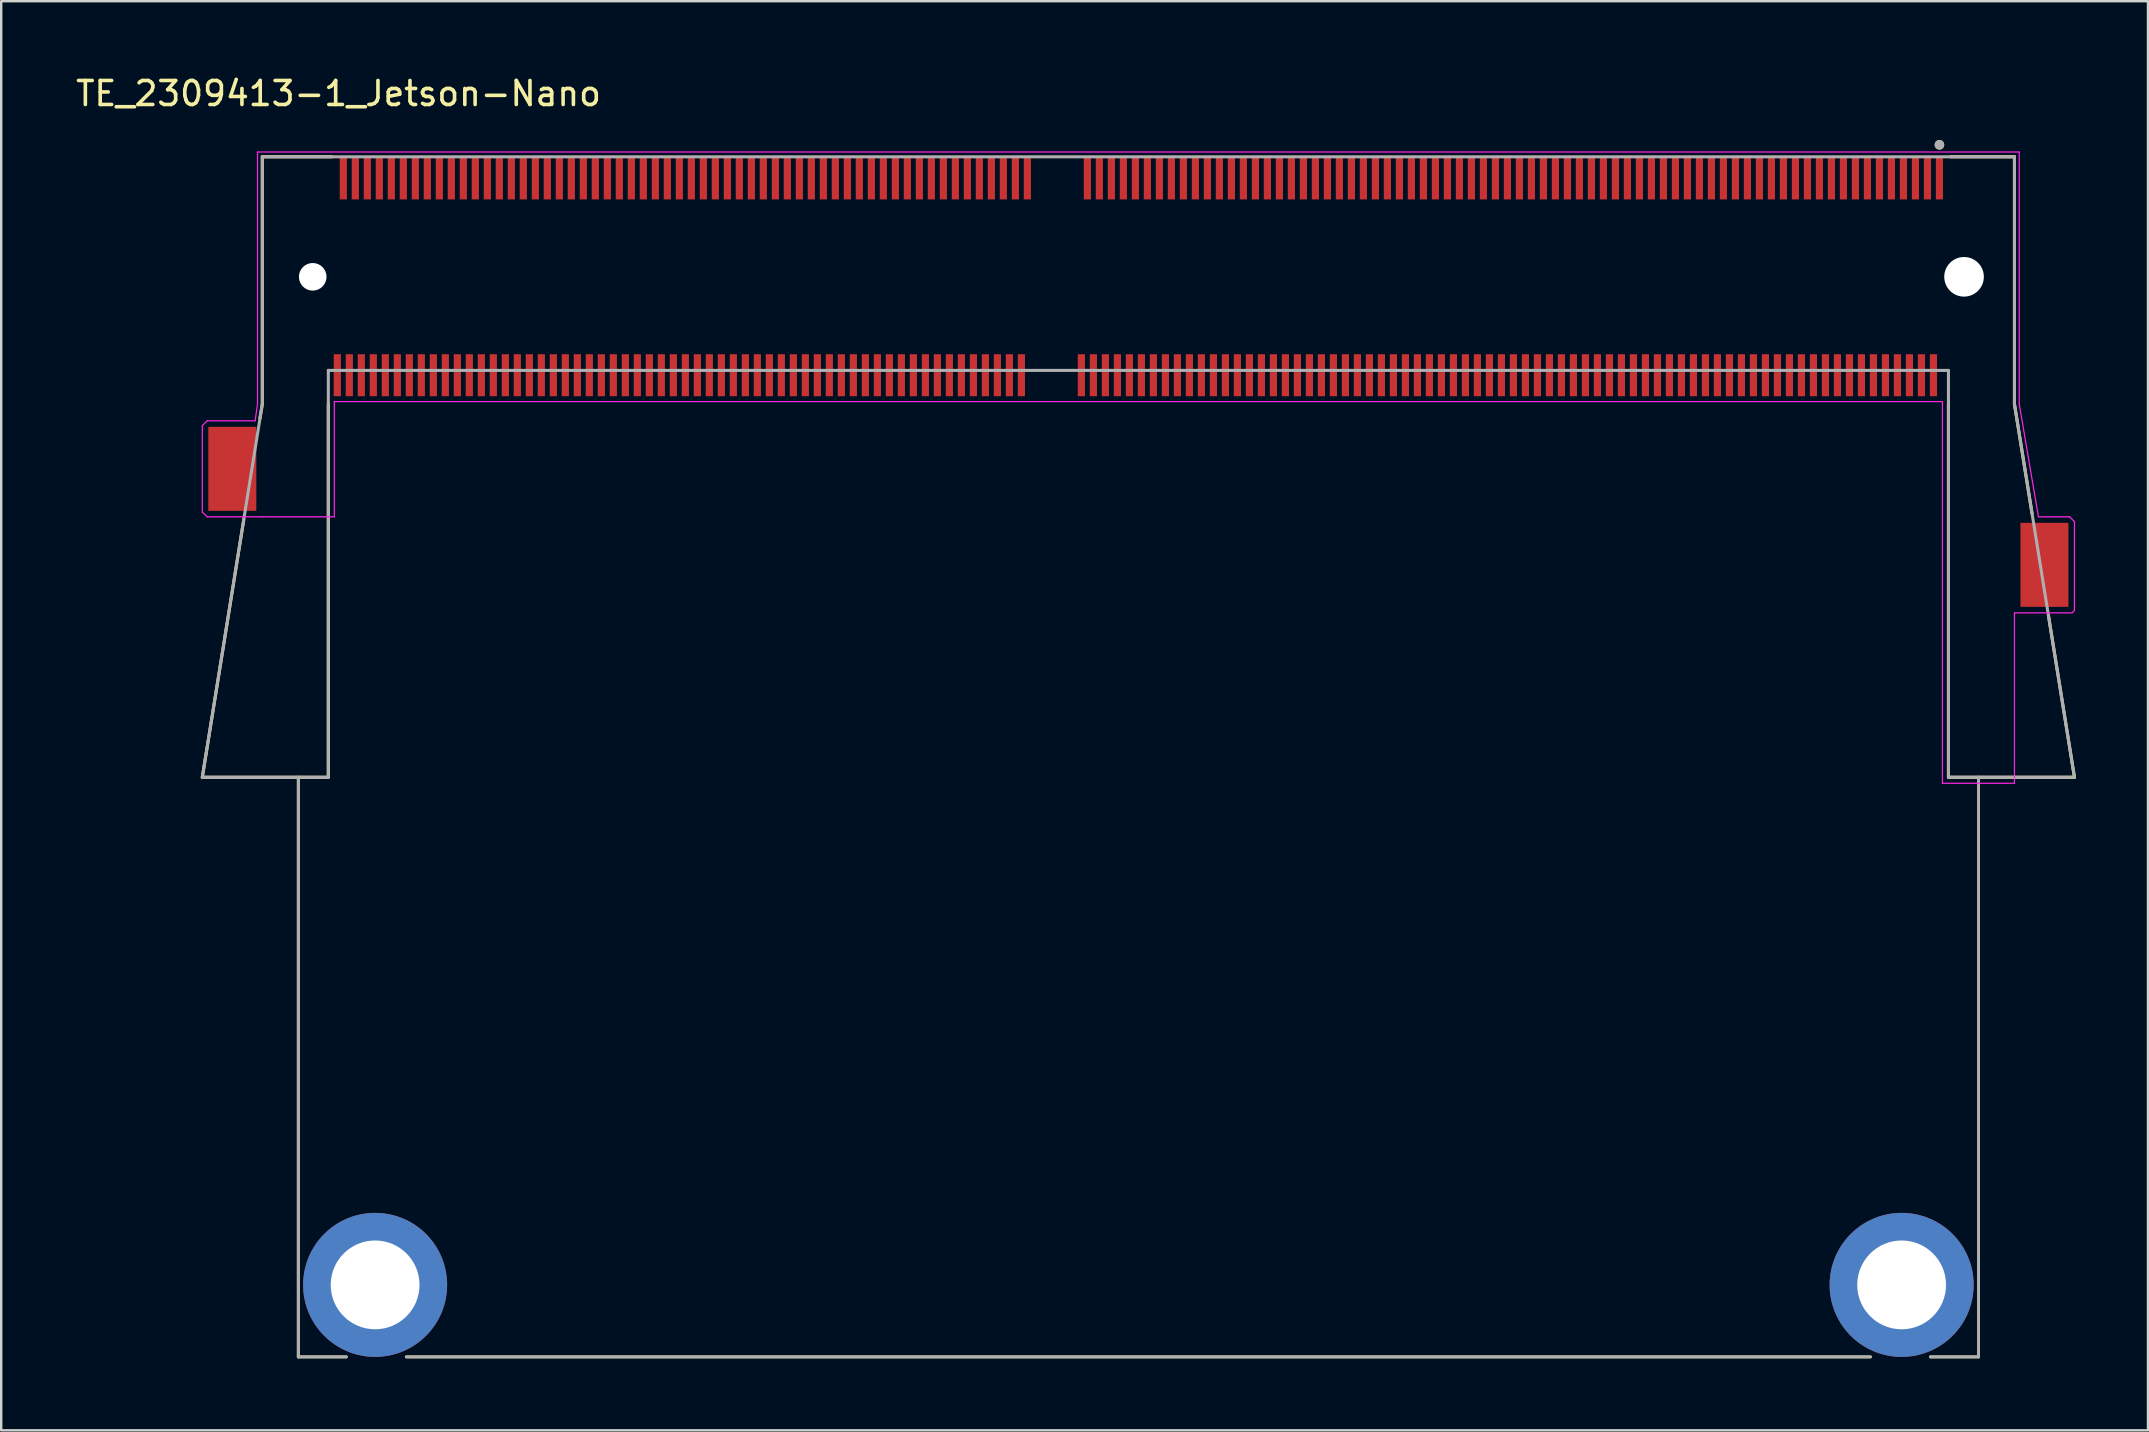
<source format=kicad_pcb>
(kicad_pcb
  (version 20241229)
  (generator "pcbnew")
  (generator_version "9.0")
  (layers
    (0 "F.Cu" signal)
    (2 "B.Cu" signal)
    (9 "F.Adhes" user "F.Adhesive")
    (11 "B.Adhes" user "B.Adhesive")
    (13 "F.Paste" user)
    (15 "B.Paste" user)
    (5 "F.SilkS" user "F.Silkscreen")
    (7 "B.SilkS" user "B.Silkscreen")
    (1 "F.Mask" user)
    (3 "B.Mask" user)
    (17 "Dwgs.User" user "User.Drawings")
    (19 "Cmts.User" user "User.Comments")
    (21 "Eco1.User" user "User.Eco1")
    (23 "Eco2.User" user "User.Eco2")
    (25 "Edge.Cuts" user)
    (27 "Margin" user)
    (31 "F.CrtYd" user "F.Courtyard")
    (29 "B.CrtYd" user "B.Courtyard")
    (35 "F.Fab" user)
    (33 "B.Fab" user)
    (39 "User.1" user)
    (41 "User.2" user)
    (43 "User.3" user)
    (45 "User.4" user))
  (footprint "TE_2309413-1_Jetson-Nano"
    (layer "F.Cu")
    (at 40.879 8.483)
    (property "Reference" "TE_2309413-1_Jetson-Nano" (at -29.825 -7.635 0) (layer "F.SilkS") (effects (font (size 1 1) (thickness 0.15))))
    (attr through_hole)
    (fp_line (start -35.5 20.85) (end -33.77 10.105) (stroke (width 0.127) (type solid)) (layer "F.SilkS"))
    (fp_line (start -35.5 20.85) (end -30.25 20.85) (stroke (width 0.127) (type solid)) (layer "F.SilkS"))
    (fp_line (start -33 -5) (end -33 5.3) (stroke (width 0.127) (type solid)) (layer "F.SilkS"))
    (fp_line (start -33 5.3) (end -33.1 5.9) (stroke (width 0.127) (type solid)) (layer "F.SilkS"))
    (fp_line (start -31.5 45) (end -31.5 20.85) (stroke (width 0.12) (type solid)) (layer "F.SilkS"))
    (fp_line (start -31.5 45) (end -29.5 45) (stroke (width 0.12) (type solid)) (layer "F.SilkS"))
    (fp_line (start -30.25 20.85) (end -30.25 5.3) (stroke (width 0.127) (type solid)) (layer "F.SilkS"))
    (fp_line (start -30.095 -5) (end -33 -5) (stroke (width 0.127) (type solid)) (layer "F.SilkS"))
    (fp_line (start -27 45) (end 34 45) (stroke (width 0.12) (type solid)) (layer "F.SilkS"))
    (fp_line (start 37.25 5.3) (end 37.25 20.85) (stroke (width 0.127) (type solid)) (layer "F.SilkS"))
    (fp_line (start 37.25 20.85) (end 42.5 20.85) (stroke (width 0.127) (type solid)) (layer "F.SilkS"))
    (fp_line (start 38.5 45) (end 36.5 45) (stroke (width 0.12) (type solid)) (layer "F.SilkS"))
    (fp_line (start 38.5 45) (end 38.5 20.85) (stroke (width 0.12) (type solid)) (layer "F.SilkS"))
    (fp_line (start 40 -5) (end 37.345 -5) (stroke (width 0.127) (type solid)) (layer "F.SilkS"))
    (fp_line (start 40 5.3) (end 40 -5) (stroke (width 0.127) (type solid)) (layer "F.SilkS"))
    (fp_line (start 40 5.3) (end 40.735 9.87) (stroke (width 0.127) (type solid)) (layer "F.SilkS"))
    (fp_line (start 42.5 20.85) (end 41.415 14.1) (stroke (width 0.127) (type solid)) (layer "F.SilkS"))
    (fp_circle (center 36.875 -5.5) (end 36.975 -5.5) (stroke (width 0.2) (type solid)) (fill no) (layer "F.SilkS"))
    (fp_line (start -35.5 9.8) (end -35.5 6.2) (stroke (width 0.05) (type solid)) (layer "F.CrtYd"))
    (fp_line (start -35.5 9.8) (end -35.3 10) (stroke (width 0.05) (type solid)) (layer "F.CrtYd"))
    (fp_line (start -35.3 6) (end -35.5 6.2) (stroke (width 0.05) (type solid)) (layer "F.CrtYd"))
    (fp_line (start -35.3 10) (end -33 10) (stroke (width 0.05) (type solid)) (layer "F.CrtYd"))
    (fp_line (start -33.3 6) (end -35.3 6) (stroke (width 0.05) (type solid)) (layer "F.CrtYd"))
    (fp_line (start -33.3 6) (end -33.2 5.3) (stroke (width 0.05) (type solid)) (layer "F.CrtYd"))
    (fp_line (start -33.2 -5.2) (end 40.2 -5.2) (stroke (width 0.05) (type solid)) (layer "F.CrtYd"))
    (fp_line (start -33.2 5.3) (end -33.2 -5.2) (stroke (width 0.05) (type solid)) (layer "F.CrtYd"))
    (fp_line (start -33 10) (end -30 10) (stroke (width 0.05) (type solid)) (layer "F.CrtYd"))
    (fp_line (start -30 5.2) (end -30 10) (stroke (width 0.05) (type solid)) (layer "F.CrtYd"))
    (fp_line (start 37 5.2) (end -30 5.2) (stroke (width 0.05) (type solid)) (layer "F.CrtYd"))
    (fp_line (start 37 21.1) (end 37 5.2) (stroke (width 0.05) (type solid)) (layer "F.CrtYd"))
    (fp_line (start 40 14) (end 40 21.1) (stroke (width 0.05) (type solid)) (layer "F.CrtYd"))
    (fp_line (start 40 21.1) (end 37 21.1) (stroke (width 0.05) (type solid)) (layer "F.CrtYd"))
    (fp_line (start 40.2 -5.2) (end 40.2 5.3) (stroke (width 0.05) (type solid)) (layer "F.CrtYd"))
    (fp_line (start 40.2 5.3) (end 41 10) (stroke (width 0.05) (type solid)) (layer "F.CrtYd"))
    (fp_line (start 42.3 10) (end 41 10) (stroke (width 0.05) (type solid)) (layer "F.CrtYd"))
    (fp_line (start 42.4 14) (end 40 14) (stroke (width 0.05) (type solid)) (layer "F.CrtYd"))
    (fp_line (start 42.5 10.2) (end 42.3 10) (stroke (width 0.05) (type solid)) (layer "F.CrtYd"))
    (fp_line (start 42.5 10.2) (end 42.5 13.9) (stroke (width 0.05) (type solid)) (layer "F.CrtYd"))
    (fp_line (start 42.5 13.9) (end 42.4 14) (stroke (width 0.05) (type solid)) (layer "F.CrtYd"))
    (fp_line (start -35.5 20.85) (end -30.25 20.85) (stroke (width 0.127) (type solid)) (layer "F.Fab"))
    (fp_line (start -33 -5) (end -33 5.3) (stroke (width 0.127) (type solid)) (layer "F.Fab"))
    (fp_line (start -33 5.3) (end -35.5 20.85) (stroke (width 0.127) (type solid)) (layer "F.Fab"))
    (fp_line (start -31.5 45) (end -31.5 20.85) (stroke (width 0.12) (type solid)) (layer "F.Fab"))
    (fp_line (start -31.5 45) (end -29.5 45) (stroke (width 0.12) (type solid)) (layer "F.Fab"))
    (fp_line (start -30.25 3.9) (end 37.25 3.9) (stroke (width 0.127) (type solid)) (layer "F.Fab"))
    (fp_line (start -30.25 20.85) (end -30.25 3.9) (stroke (width 0.127) (type solid)) (layer "F.Fab"))
    (fp_line (start -27 45) (end 34 45) (stroke (width 0.12) (type solid)) (layer "F.Fab"))
    (fp_line (start 37.25 3.9) (end 37.25 20.85) (stroke (width 0.127) (type solid)) (layer "F.Fab"))
    (fp_line (start 37.25 20.85) (end 42.5 20.85) (stroke (width 0.127) (type solid)) (layer "F.Fab"))
    (fp_line (start 38.5 45) (end 36.5 45) (stroke (width 0.12) (type solid)) (layer "F.Fab"))
    (fp_line (start 38.5 45) (end 38.5 20.85) (stroke (width 0.12) (type solid)) (layer "F.Fab"))
    (fp_line (start 40 -5) (end -33 -5) (stroke (width 0.127) (type solid)) (layer "F.Fab"))
    (fp_line (start 40 5.3) (end 40 -5) (stroke (width 0.127) (type solid)) (layer "F.Fab"))
    (fp_line (start 42.5 20.85) (end 40 5.3) (stroke (width 0.127) (type solid)) (layer "F.Fab"))
    (fp_circle (center 36.875 -5.5) (end 36.975 -5.5) (stroke (width 0.2) (type solid)) (fill no) (layer "F.Fab"))
    (pad "" np_thru_hole circle (at -30.9 0) (size 1.15 1.15) (drill 1.15) (layers "*.Cu" "*.Mask"))
    (pad "" np_thru_hole circle (at 37.9 0) (size 1.65 1.65) (drill 1.65) (layers "*.Cu" "*.Mask"))
    (pad "1" smd rect (at 36.875 -4.1 90) (size 1.75 0.3) (layers "F.Cu" "F.Mask" "F.Paste"))
    (pad "2" smd rect (at 36.625 4.1 90) (size 1.75 0.3) (layers "F.Cu" "F.Mask" "F.Paste"))
    (pad "3" smd rect (at 36.375 -4.1 90) (size 1.75 0.3) (layers "F.Cu" "F.Mask" "F.Paste"))
    (pad "4" smd rect (at 36.125 4.1 90) (size 1.75 0.3) (layers "F.Cu" "F.Mask" "F.Paste"))
    (pad "5" smd rect (at 35.875 -4.1 90) (size 1.75 0.3) (layers "F.Cu" "F.Mask" "F.Paste"))
    (pad "6" smd rect (at 35.625 4.1 90) (size 1.75 0.3) (layers "F.Cu" "F.Mask" "F.Paste"))
    (pad "7" smd rect (at 35.375 -4.1 90) (size 1.75 0.3) (layers "F.Cu" "F.Mask" "F.Paste"))
    (pad "8" smd rect (at 35.125 4.1 90) (size 1.75 0.3) (layers "F.Cu" "F.Mask" "F.Paste"))
    (pad "9" smd rect (at 34.875 -4.1 90) (size 1.75 0.3) (layers "F.Cu" "F.Mask" "F.Paste"))
    (pad "10" smd rect (at 34.625 4.1 90) (size 1.75 0.3) (layers "F.Cu" "F.Mask" "F.Paste"))
    (pad "11" smd rect (at 34.375 -4.1 90) (size 1.75 0.3) (layers "F.Cu" "F.Mask" "F.Paste"))
    (pad "12" smd rect (at 34.125 4.1 90) (size 1.75 0.3) (layers "F.Cu" "F.Mask" "F.Paste"))
    (pad "13" smd rect (at 33.875 -4.1 90) (size 1.75 0.3) (layers "F.Cu" "F.Mask" "F.Paste"))
    (pad "14" smd rect (at 33.625 4.1 90) (size 1.75 0.3) (layers "F.Cu" "F.Mask" "F.Paste"))
    (pad "15" smd rect (at 33.375 -4.1 90) (size 1.75 0.3) (layers "F.Cu" "F.Mask" "F.Paste"))
    (pad "16" smd rect (at 33.125 4.1 90) (size 1.75 0.3) (layers "F.Cu" "F.Mask" "F.Paste"))
    (pad "17" smd rect (at 32.875 -4.1 90) (size 1.75 0.3) (layers "F.Cu" "F.Mask" "F.Paste"))
    (pad "18" smd rect (at 32.625 4.1 90) (size 1.75 0.3) (layers "F.Cu" "F.Mask" "F.Paste"))
    (pad "19" smd rect (at 32.375 -4.1 90) (size 1.75 0.3) (layers "F.Cu" "F.Mask" "F.Paste"))
    (pad "20" smd rect (at 32.125 4.1 90) (size 1.75 0.3) (layers "F.Cu" "F.Mask" "F.Paste"))
    (pad "21" smd rect (at 31.875 -4.1 90) (size 1.75 0.3) (layers "F.Cu" "F.Mask" "F.Paste"))
    (pad "22" smd rect (at 31.625 4.1 90) (size 1.75 0.3) (layers "F.Cu" "F.Mask" "F.Paste"))
    (pad "23" smd rect (at 31.375 -4.1 90) (size 1.75 0.3) (layers "F.Cu" "F.Mask" "F.Paste"))
    (pad "24" smd rect (at 31.125 4.1 90) (size 1.75 0.3) (layers "F.Cu" "F.Mask" "F.Paste"))
    (pad "25" smd rect (at 30.875 -4.1 90) (size 1.75 0.3) (layers "F.Cu" "F.Mask" "F.Paste"))
    (pad "26" smd rect (at 30.625 4.1 90) (size 1.75 0.3) (layers "F.Cu" "F.Mask" "F.Paste"))
    (pad "27" smd rect (at 30.375 -4.1 90) (size 1.75 0.3) (layers "F.Cu" "F.Mask" "F.Paste"))
    (pad "28" smd rect (at 30.125 4.1 90) (size 1.75 0.3) (layers "F.Cu" "F.Mask" "F.Paste"))
    (pad "29" smd rect (at 29.875 -4.1 90) (size 1.75 0.3) (layers "F.Cu" "F.Mask" "F.Paste"))
    (pad "30" smd rect (at 29.625 4.1 90) (size 1.75 0.3) (layers "F.Cu" "F.Mask" "F.Paste"))
    (pad "31" smd rect (at 29.375 -4.1 90) (size 1.75 0.3) (layers "F.Cu" "F.Mask" "F.Paste"))
    (pad "32" smd rect (at 29.125 4.1 90) (size 1.75 0.3) (layers "F.Cu" "F.Mask" "F.Paste"))
    (pad "33" smd rect (at 28.875 -4.1 90) (size 1.75 0.3) (layers "F.Cu" "F.Mask" "F.Paste"))
    (pad "34" smd rect (at 28.625 4.1 90) (size 1.75 0.3) (layers "F.Cu" "F.Mask" "F.Paste"))
    (pad "35" smd rect (at 28.375 -4.1 90) (size 1.75 0.3) (layers "F.Cu" "F.Mask" "F.Paste"))
    (pad "36" smd rect (at 28.125 4.1 90) (size 1.75 0.3) (layers "F.Cu" "F.Mask" "F.Paste"))
    (pad "37" smd rect (at 27.875 -4.1 90) (size 1.75 0.3) (layers "F.Cu" "F.Mask" "F.Paste"))
    (pad "38" smd rect (at 27.625 4.1 90) (size 1.75 0.3) (layers "F.Cu" "F.Mask" "F.Paste"))
    (pad "39" smd rect (at 27.375 -4.1 90) (size 1.75 0.3) (layers "F.Cu" "F.Mask" "F.Paste"))
    (pad "40" smd rect (at 27.125 4.1 90) (size 1.75 0.3) (layers "F.Cu" "F.Mask" "F.Paste"))
    (pad "41" smd rect (at 26.875 -4.1 90) (size 1.75 0.3) (layers "F.Cu" "F.Mask" "F.Paste"))
    (pad "42" smd rect (at 26.625 4.1 90) (size 1.75 0.3) (layers "F.Cu" "F.Mask" "F.Paste"))
    (pad "43" smd rect (at 26.375 -4.1 90) (size 1.75 0.3) (layers "F.Cu" "F.Mask" "F.Paste"))
    (pad "44" smd rect (at 26.125 4.1 90) (size 1.75 0.3) (layers "F.Cu" "F.Mask" "F.Paste"))
    (pad "45" smd rect (at 25.875 -4.1 90) (size 1.75 0.3) (layers "F.Cu" "F.Mask" "F.Paste"))
    (pad "46" smd rect (at 25.625 4.1 90) (size 1.75 0.3) (layers "F.Cu" "F.Mask" "F.Paste"))
    (pad "47" smd rect (at 25.375 -4.1 90) (size 1.75 0.3) (layers "F.Cu" "F.Mask" "F.Paste"))
    (pad "48" smd rect (at 25.125 4.1 90) (size 1.75 0.3) (layers "F.Cu" "F.Mask" "F.Paste"))
    (pad "49" smd rect (at 24.875 -4.1 90) (size 1.75 0.3) (layers "F.Cu" "F.Mask" "F.Paste"))
    (pad "50" smd rect (at 24.625 4.1 90) (size 1.75 0.3) (layers "F.Cu" "F.Mask" "F.Paste"))
    (pad "51" smd rect (at 24.375 -4.1 90) (size 1.75 0.3) (layers "F.Cu" "F.Mask" "F.Paste"))
    (pad "52" smd rect (at 24.125 4.1 90) (size 1.75 0.3) (layers "F.Cu" "F.Mask" "F.Paste"))
    (pad "53" smd rect (at 23.875 -4.1 90) (size 1.75 0.3) (layers "F.Cu" "F.Mask" "F.Paste"))
    (pad "54" smd rect (at 23.625 4.1 90) (size 1.75 0.3) (layers "F.Cu" "F.Mask" "F.Paste"))
    (pad "55" smd rect (at 23.375 -4.1 90) (size 1.75 0.3) (layers "F.Cu" "F.Mask" "F.Paste"))
    (pad "56" smd rect (at 23.125 4.1 90) (size 1.75 0.3) (layers "F.Cu" "F.Mask" "F.Paste"))
    (pad "57" smd rect (at 22.875 -4.1 90) (size 1.75 0.3) (layers "F.Cu" "F.Mask" "F.Paste"))
    (pad "58" smd rect (at 22.625 4.1 90) (size 1.75 0.3) (layers "F.Cu" "F.Mask" "F.Paste"))
    (pad "59" smd rect (at 22.375 -4.1 90) (size 1.75 0.3) (layers "F.Cu" "F.Mask" "F.Paste"))
    (pad "60" smd rect (at 22.125 4.1 90) (size 1.75 0.3) (layers "F.Cu" "F.Mask" "F.Paste"))
    (pad "61" smd rect (at 21.875 -4.1 90) (size 1.75 0.3) (layers "F.Cu" "F.Mask" "F.Paste"))
    (pad "62" smd rect (at 21.625 4.1 90) (size 1.75 0.3) (layers "F.Cu" "F.Mask" "F.Paste"))
    (pad "63" smd rect (at 21.375 -4.1 90) (size 1.75 0.3) (layers "F.Cu" "F.Mask" "F.Paste"))
    (pad "64" smd rect (at 21.125 4.1 90) (size 1.75 0.3) (layers "F.Cu" "F.Mask" "F.Paste"))
    (pad "65" smd rect (at 20.875 -4.1 90) (size 1.75 0.3) (layers "F.Cu" "F.Mask" "F.Paste"))
    (pad "66" smd rect (at 20.625 4.1 90) (size 1.75 0.3) (layers "F.Cu" "F.Mask" "F.Paste"))
    (pad "67" smd rect (at 20.375 -4.1 90) (size 1.75 0.3) (layers "F.Cu" "F.Mask" "F.Paste"))
    (pad "68" smd rect (at 20.125 4.1 90) (size 1.75 0.3) (layers "F.Cu" "F.Mask" "F.Paste"))
    (pad "69" smd rect (at 19.875 -4.1 90) (size 1.75 0.3) (layers "F.Cu" "F.Mask" "F.Paste"))
    (pad "70" smd rect (at 19.625 4.1 90) (size 1.75 0.3) (layers "F.Cu" "F.Mask" "F.Paste"))
    (pad "71" smd rect (at 19.375 -4.1 90) (size 1.75 0.3) (layers "F.Cu" "F.Mask" "F.Paste"))
    (pad "72" smd rect (at 19.125 4.1 90) (size 1.75 0.3) (layers "F.Cu" "F.Mask" "F.Paste"))
    (pad "73" smd rect (at 18.875 -4.1 90) (size 1.75 0.3) (layers "F.Cu" "F.Mask" "F.Paste"))
    (pad "74" smd rect (at 18.625 4.1 90) (size 1.75 0.3) (layers "F.Cu" "F.Mask" "F.Paste"))
    (pad "75" smd rect (at 18.375 -4.1 90) (size 1.75 0.3) (layers "F.Cu" "F.Mask" "F.Paste"))
    (pad "76" smd rect (at 18.125 4.1 90) (size 1.75 0.3) (layers "F.Cu" "F.Mask" "F.Paste"))
    (pad "77" smd rect (at 17.875 -4.1 90) (size 1.75 0.3) (layers "F.Cu" "F.Mask" "F.Paste"))
    (pad "78" smd rect (at 17.625 4.1 90) (size 1.75 0.3) (layers "F.Cu" "F.Mask" "F.Paste"))
    (pad "79" smd rect (at 17.375 -4.1 90) (size 1.75 0.3) (layers "F.Cu" "F.Mask" "F.Paste"))
    (pad "80" smd rect (at 17.125 4.1 90) (size 1.75 0.3) (layers "F.Cu" "F.Mask" "F.Paste"))
    (pad "81" smd rect (at 16.875 -4.1 90) (size 1.75 0.3) (layers "F.Cu" "F.Mask" "F.Paste"))
    (pad "82" smd rect (at 16.625 4.1 90) (size 1.75 0.3) (layers "F.Cu" "F.Mask" "F.Paste"))
    (pad "83" smd rect (at 16.375 -4.1 90) (size 1.75 0.3) (layers "F.Cu" "F.Mask" "F.Paste"))
    (pad "84" smd rect (at 16.125 4.1 90) (size 1.75 0.3) (layers "F.Cu" "F.Mask" "F.Paste"))
    (pad "85" smd rect (at 15.875 -4.1 90) (size 1.75 0.3) (layers "F.Cu" "F.Mask" "F.Paste"))
    (pad "86" smd rect (at 15.625 4.1 90) (size 1.75 0.3) (layers "F.Cu" "F.Mask" "F.Paste"))
    (pad "87" smd rect (at 15.375 -4.1 90) (size 1.75 0.3) (layers "F.Cu" "F.Mask" "F.Paste"))
    (pad "88" smd rect (at 15.125 4.1 90) (size 1.75 0.3) (layers "F.Cu" "F.Mask" "F.Paste"))
    (pad "89" smd rect (at 14.875 -4.1 90) (size 1.75 0.3) (layers "F.Cu" "F.Mask" "F.Paste"))
    (pad "90" smd rect (at 14.625 4.1 90) (size 1.75 0.3) (layers "F.Cu" "F.Mask" "F.Paste"))
    (pad "91" smd rect (at 14.375 -4.1 90) (size 1.75 0.3) (layers "F.Cu" "F.Mask" "F.Paste"))
    (pad "92" smd rect (at 14.125 4.1 90) (size 1.75 0.3) (layers "F.Cu" "F.Mask" "F.Paste"))
    (pad "93" smd rect (at 13.875 -4.1 90) (size 1.75 0.3) (layers "F.Cu" "F.Mask" "F.Paste"))
    (pad "94" smd rect (at 13.625 4.1 90) (size 1.75 0.3) (layers "F.Cu" "F.Mask" "F.Paste"))
    (pad "95" smd rect (at 13.375 -4.1 90) (size 1.75 0.3) (layers "F.Cu" "F.Mask" "F.Paste"))
    (pad "96" smd rect (at 13.125 4.1 90) (size 1.75 0.3) (layers "F.Cu" "F.Mask" "F.Paste"))
    (pad "97" smd rect (at 12.875 -4.1 90) (size 1.75 0.3) (layers "F.Cu" "F.Mask" "F.Paste"))
    (pad "98" smd rect (at 12.625 4.1 90) (size 1.75 0.3) (layers "F.Cu" "F.Mask" "F.Paste"))
    (pad "99" smd rect (at 12.375 -4.1 90) (size 1.75 0.3) (layers "F.Cu" "F.Mask" "F.Paste"))
    (pad "100" smd rect (at 12.125 4.1 90) (size 1.75 0.3) (layers "F.Cu" "F.Mask" "F.Paste"))
    (pad "101" smd rect (at 11.875 -4.1 90) (size 1.75 0.3) (layers "F.Cu" "F.Mask" "F.Paste"))
    (pad "102" smd rect (at 11.625 4.1 90) (size 1.75 0.3) (layers "F.Cu" "F.Mask" "F.Paste"))
    (pad "103" smd rect (at 11.375 -4.1 90) (size 1.75 0.3) (layers "F.Cu" "F.Mask" "F.Paste"))
    (pad "104" smd rect (at 11.125 4.1 90) (size 1.75 0.3) (layers "F.Cu" "F.Mask" "F.Paste"))
    (pad "105" smd rect (at 10.875 -4.1 90) (size 1.75 0.3) (layers "F.Cu" "F.Mask" "F.Paste"))
    (pad "106" smd rect (at 10.625 4.1 90) (size 1.75 0.3) (layers "F.Cu" "F.Mask" "F.Paste"))
    (pad "107" smd rect (at 10.375 -4.1 90) (size 1.75 0.3) (layers "F.Cu" "F.Mask" "F.Paste"))
    (pad "108" smd rect (at 10.125 4.1 90) (size 1.75 0.3) (layers "F.Cu" "F.Mask" "F.Paste"))
    (pad "109" smd rect (at 9.875 -4.1 90) (size 1.75 0.3) (layers "F.Cu" "F.Mask" "F.Paste"))
    (pad "110" smd rect (at 9.625 4.1 90) (size 1.75 0.3) (layers "F.Cu" "F.Mask" "F.Paste"))
    (pad "111" smd rect (at 9.375 -4.1 90) (size 1.75 0.3) (layers "F.Cu" "F.Mask" "F.Paste"))
    (pad "112" smd rect (at 9.125 4.1 90) (size 1.75 0.3) (layers "F.Cu" "F.Mask" "F.Paste"))
    (pad "113" smd rect (at 8.875 -4.1 90) (size 1.75 0.3) (layers "F.Cu" "F.Mask" "F.Paste"))
    (pad "114" smd rect (at 8.625 4.1 90) (size 1.75 0.3) (layers "F.Cu" "F.Mask" "F.Paste"))
    (pad "115" smd rect (at 8.375 -4.1 90) (size 1.75 0.3) (layers "F.Cu" "F.Mask" "F.Paste"))
    (pad "116" smd rect (at 8.125 4.1 90) (size 1.75 0.3) (layers "F.Cu" "F.Mask" "F.Paste"))
    (pad "117" smd rect (at 7.875 -4.1 90) (size 1.75 0.3) (layers "F.Cu" "F.Mask" "F.Paste"))
    (pad "118" smd rect (at 7.625 4.1 90) (size 1.75 0.3) (layers "F.Cu" "F.Mask" "F.Paste"))
    (pad "119" smd rect (at 7.375 -4.1 90) (size 1.75 0.3) (layers "F.Cu" "F.Mask" "F.Paste"))
    (pad "120" smd rect (at 7.125 4.1 90) (size 1.75 0.3) (layers "F.Cu" "F.Mask" "F.Paste"))
    (pad "121" smd rect (at 6.875 -4.1 90) (size 1.75 0.3) (layers "F.Cu" "F.Mask" "F.Paste"))
    (pad "122" smd rect (at 6.625 4.1 90) (size 1.75 0.3) (layers "F.Cu" "F.Mask" "F.Paste"))
    (pad "123" smd rect (at 6.375 -4.1 90) (size 1.75 0.3) (layers "F.Cu" "F.Mask" "F.Paste"))
    (pad "124" smd rect (at 6.125 4.1 90) (size 1.75 0.3) (layers "F.Cu" "F.Mask" "F.Paste"))
    (pad "125" smd rect (at 5.875 -4.1 90) (size 1.75 0.3) (layers "F.Cu" "F.Mask" "F.Paste"))
    (pad "126" smd rect (at 5.625 4.1 90) (size 1.75 0.3) (layers "F.Cu" "F.Mask" "F.Paste"))
    (pad "127" smd rect (at 5.375 -4.1 90) (size 1.75 0.3) (layers "F.Cu" "F.Mask" "F.Paste"))
    (pad "128" smd rect (at 5.125 4.1 90) (size 1.75 0.3) (layers "F.Cu" "F.Mask" "F.Paste"))
    (pad "129" smd rect (at 4.875 -4.1 90) (size 1.75 0.3) (layers "F.Cu" "F.Mask" "F.Paste"))
    (pad "130" smd rect (at 4.625 4.1 90) (size 1.75 0.3) (layers "F.Cu" "F.Mask" "F.Paste"))
    (pad "131" smd rect (at 4.375 -4.1 90) (size 1.75 0.3) (layers "F.Cu" "F.Mask" "F.Paste"))
    (pad "132" smd rect (at 4.125 4.1 90) (size 1.75 0.3) (layers "F.Cu" "F.Mask" "F.Paste"))
    (pad "133" smd rect (at 3.875 -4.1 90) (size 1.75 0.3) (layers "F.Cu" "F.Mask" "F.Paste"))
    (pad "134" smd rect (at 3.625 4.1 90) (size 1.75 0.3) (layers "F.Cu" "F.Mask" "F.Paste"))
    (pad "135" smd rect (at 3.375 -4.1 90) (size 1.75 0.3) (layers "F.Cu" "F.Mask" "F.Paste"))
    (pad "136" smd rect (at 3.125 4.1 90) (size 1.75 0.3) (layers "F.Cu" "F.Mask" "F.Paste"))
    (pad "137" smd rect (at 2.875 -4.1 90) (size 1.75 0.3) (layers "F.Cu" "F.Mask" "F.Paste"))
    (pad "138" smd rect (at 2.625 4.1 90) (size 1.75 0.3) (layers "F.Cu" "F.Mask" "F.Paste"))
    (pad "139" smd rect (at 2.375 -4.1 90) (size 1.75 0.3) (layers "F.Cu" "F.Mask" "F.Paste"))
    (pad "140" smd rect (at 2.125 4.1 90) (size 1.75 0.3) (layers "F.Cu" "F.Mask" "F.Paste"))
    (pad "141" smd rect (at 1.875 -4.1 90) (size 1.75 0.3) (layers "F.Cu" "F.Mask" "F.Paste"))
    (pad "142" smd rect (at 1.625 4.1 90) (size 1.75 0.3) (layers "F.Cu" "F.Mask" "F.Paste"))
    (pad "143" smd rect (at 1.375 -4.1 90) (size 1.75 0.3) (layers "F.Cu" "F.Mask" "F.Paste"))
    (pad "144" smd rect (at 1.125 4.1 90) (size 1.75 0.3) (layers "F.Cu" "F.Mask" "F.Paste"))
    (pad "145" smd rect (at -1.125 -4.1 90) (size 1.75 0.3) (layers "F.Cu" "F.Mask" "F.Paste"))
    (pad "146" smd rect (at -1.375 4.1 90) (size 1.75 0.3) (layers "F.Cu" "F.Mask" "F.Paste"))
    (pad "147" smd rect (at -1.625 -4.1 90) (size 1.75 0.3) (layers "F.Cu" "F.Mask" "F.Paste"))
    (pad "148" smd rect (at -1.875 4.1 90) (size 1.75 0.3) (layers "F.Cu" "F.Mask" "F.Paste"))
    (pad "149" smd rect (at -2.125 -4.1 90) (size 1.75 0.3) (layers "F.Cu" "F.Mask" "F.Paste"))
    (pad "150" smd rect (at -2.375 4.1 90) (size 1.75 0.3) (layers "F.Cu" "F.Mask" "F.Paste"))
    (pad "151" smd rect (at -2.625 -4.1 90) (size 1.75 0.3) (layers "F.Cu" "F.Mask" "F.Paste"))
    (pad "152" smd rect (at -2.875 4.1 90) (size 1.75 0.3) (layers "F.Cu" "F.Mask" "F.Paste"))
    (pad "153" smd rect (at -3.125 -4.1 90) (size 1.75 0.3) (layers "F.Cu" "F.Mask" "F.Paste"))
    (pad "154" smd rect (at -3.375 4.1 90) (size 1.75 0.3) (layers "F.Cu" "F.Mask" "F.Paste"))
    (pad "155" smd rect (at -3.625 -4.1 90) (size 1.75 0.3) (layers "F.Cu" "F.Mask" "F.Paste"))
    (pad "156" smd rect (at -3.875 4.1 90) (size 1.75 0.3) (layers "F.Cu" "F.Mask" "F.Paste"))
    (pad "157" smd rect (at -4.125 -4.1 90) (size 1.75 0.3) (layers "F.Cu" "F.Mask" "F.Paste"))
    (pad "158" smd rect (at -4.375 4.1 90) (size 1.75 0.3) (layers "F.Cu" "F.Mask" "F.Paste"))
    (pad "159" smd rect (at -4.625 -4.1 90) (size 1.75 0.3) (layers "F.Cu" "F.Mask" "F.Paste"))
    (pad "160" smd rect (at -4.875 4.1 90) (size 1.75 0.3) (layers "F.Cu" "F.Mask" "F.Paste"))
    (pad "161" smd rect (at -5.125 -4.1 90) (size 1.75 0.3) (layers "F.Cu" "F.Mask" "F.Paste"))
    (pad "162" smd rect (at -5.375 4.1 90) (size 1.75 0.3) (layers "F.Cu" "F.Mask" "F.Paste"))
    (pad "163" smd rect (at -5.625 -4.1 90) (size 1.75 0.3) (layers "F.Cu" "F.Mask" "F.Paste"))
    (pad "164" smd rect (at -5.875 4.1 90) (size 1.75 0.3) (layers "F.Cu" "F.Mask" "F.Paste"))
    (pad "165" smd rect (at -6.125 -4.1 90) (size 1.75 0.3) (layers "F.Cu" "F.Mask" "F.Paste"))
    (pad "166" smd rect (at -6.375 4.1 90) (size 1.75 0.3) (layers "F.Cu" "F.Mask" "F.Paste"))
    (pad "167" smd rect (at -6.625 -4.1 90) (size 1.75 0.3) (layers "F.Cu" "F.Mask" "F.Paste"))
    (pad "168" smd rect (at -6.875 4.1 90) (size 1.75 0.3) (layers "F.Cu" "F.Mask" "F.Paste"))
    (pad "169" smd rect (at -7.125 -4.1 90) (size 1.75 0.3) (layers "F.Cu" "F.Mask" "F.Paste"))
    (pad "170" smd rect (at -7.375 4.1 90) (size 1.75 0.3) (layers "F.Cu" "F.Mask" "F.Paste"))
    (pad "171" smd rect (at -7.625 -4.1 90) (size 1.75 0.3) (layers "F.Cu" "F.Mask" "F.Paste"))
    (pad "172" smd rect (at -7.875 4.1 90) (size 1.75 0.3) (layers "F.Cu" "F.Mask" "F.Paste"))
    (pad "173" smd rect (at -8.125 -4.1 90) (size 1.75 0.3) (layers "F.Cu" "F.Mask" "F.Paste"))
    (pad "174" smd rect (at -8.375 4.1 90) (size 1.75 0.3) (layers "F.Cu" "F.Mask" "F.Paste"))
    (pad "175" smd rect (at -8.625 -4.1 90) (size 1.75 0.3) (layers "F.Cu" "F.Mask" "F.Paste"))
    (pad "176" smd rect (at -8.875 4.1 90) (size 1.75 0.3) (layers "F.Cu" "F.Mask" "F.Paste"))
    (pad "177" smd rect (at -9.125 -4.1 90) (size 1.75 0.3) (layers "F.Cu" "F.Mask" "F.Paste"))
    (pad "178" smd rect (at -9.375 4.1 90) (size 1.75 0.3) (layers "F.Cu" "F.Mask" "F.Paste"))
    (pad "179" smd rect (at -9.625 -4.1 90) (size 1.75 0.3) (layers "F.Cu" "F.Mask" "F.Paste"))
    (pad "180" smd rect (at -9.875 4.1 90) (size 1.75 0.3) (layers "F.Cu" "F.Mask" "F.Paste"))
    (pad "181" smd rect (at -10.125 -4.1 90) (size 1.75 0.3) (layers "F.Cu" "F.Mask" "F.Paste"))
    (pad "182" smd rect (at -10.375 4.1 90) (size 1.75 0.3) (layers "F.Cu" "F.Mask" "F.Paste"))
    (pad "183" smd rect (at -10.625 -4.1 90) (size 1.75 0.3) (layers "F.Cu" "F.Mask" "F.Paste"))
    (pad "184" smd rect (at -10.875 4.1 90) (size 1.75 0.3) (layers "F.Cu" "F.Mask" "F.Paste"))
    (pad "185" smd rect (at -11.125 -4.1 90) (size 1.75 0.3) (layers "F.Cu" "F.Mask" "F.Paste"))
    (pad "186" smd rect (at -11.375 4.1 90) (size 1.75 0.3) (layers "F.Cu" "F.Mask" "F.Paste"))
    (pad "187" smd rect (at -11.625 -4.1 90) (size 1.75 0.3) (layers "F.Cu" "F.Mask" "F.Paste"))
    (pad "188" smd rect (at -11.875 4.1 90) (size 1.75 0.3) (layers "F.Cu" "F.Mask" "F.Paste"))
    (pad "189" smd rect (at -12.125 -4.1 90) (size 1.75 0.3) (layers "F.Cu" "F.Mask" "F.Paste"))
    (pad "190" smd rect (at -12.375 4.1 90) (size 1.75 0.3) (layers "F.Cu" "F.Mask" "F.Paste"))
    (pad "191" smd rect (at -12.625 -4.1 90) (size 1.75 0.3) (layers "F.Cu" "F.Mask" "F.Paste"))
    (pad "192" smd rect (at -12.875 4.1 90) (size 1.75 0.3) (layers "F.Cu" "F.Mask" "F.Paste"))
    (pad "193" smd rect (at -13.125 -4.1 90) (size 1.75 0.3) (layers "F.Cu" "F.Mask" "F.Paste"))
    (pad "194" smd rect (at -13.375 4.1 90) (size 1.75 0.3) (layers "F.Cu" "F.Mask" "F.Paste"))
    (pad "195" smd rect (at -13.625 -4.1 90) (size 1.75 0.3) (layers "F.Cu" "F.Mask" "F.Paste"))
    (pad "196" smd rect (at -13.875 4.1 90) (size 1.75 0.3) (layers "F.Cu" "F.Mask" "F.Paste"))
    (pad "197" smd rect (at -14.125 -4.1 90) (size 1.75 0.3) (layers "F.Cu" "F.Mask" "F.Paste"))
    (pad "198" smd rect (at -14.375 4.1 90) (size 1.75 0.3) (layers "F.Cu" "F.Mask" "F.Paste"))
    (pad "199" smd rect (at -14.625 -4.1 90) (size 1.75 0.3) (layers "F.Cu" "F.Mask" "F.Paste"))
    (pad "200" smd rect (at -14.875 4.1 90) (size 1.75 0.3) (layers "F.Cu" "F.Mask" "F.Paste"))
    (pad "201" smd rect (at -15.125 -4.1 90) (size 1.75 0.3) (layers "F.Cu" "F.Mask" "F.Paste"))
    (pad "202" smd rect (at -15.375 4.1 90) (size 1.75 0.3) (layers "F.Cu" "F.Mask" "F.Paste"))
    (pad "203" smd rect (at -15.625 -4.1 90) (size 1.75 0.3) (layers "F.Cu" "F.Mask" "F.Paste"))
    (pad "204" smd rect (at -15.875 4.1 90) (size 1.75 0.3) (layers "F.Cu" "F.Mask" "F.Paste"))
    (pad "205" smd rect (at -16.125 -4.1 90) (size 1.75 0.3) (layers "F.Cu" "F.Mask" "F.Paste"))
    (pad "206" smd rect (at -16.375 4.1 90) (size 1.75 0.3) (layers "F.Cu" "F.Mask" "F.Paste"))
    (pad "207" smd rect (at -16.625 -4.1 90) (size 1.75 0.3) (layers "F.Cu" "F.Mask" "F.Paste"))
    (pad "208" smd rect (at -16.875 4.1 90) (size 1.75 0.3) (layers "F.Cu" "F.Mask" "F.Paste"))
    (pad "209" smd rect (at -17.125 -4.1 90) (size 1.75 0.3) (layers "F.Cu" "F.Mask" "F.Paste"))
    (pad "210" smd rect (at -17.375 4.1 90) (size 1.75 0.3) (layers "F.Cu" "F.Mask" "F.Paste"))
    (pad "211" smd rect (at -17.625 -4.1 90) (size 1.75 0.3) (layers "F.Cu" "F.Mask" "F.Paste"))
    (pad "212" smd rect (at -17.875 4.1 90) (size 1.75 0.3) (layers "F.Cu" "F.Mask" "F.Paste"))
    (pad "213" smd rect (at -18.125 -4.1 90) (size 1.75 0.3) (layers "F.Cu" "F.Mask" "F.Paste"))
    (pad "214" smd rect (at -18.375 4.1 90) (size 1.75 0.3) (layers "F.Cu" "F.Mask" "F.Paste"))
    (pad "215" smd rect (at -18.625 -4.1 90) (size 1.75 0.3) (layers "F.Cu" "F.Mask" "F.Paste"))
    (pad "216" smd rect (at -18.875 4.1 90) (size 1.75 0.3) (layers "F.Cu" "F.Mask" "F.Paste"))
    (pad "217" smd rect (at -19.125 -4.1 90) (size 1.75 0.3) (layers "F.Cu" "F.Mask" "F.Paste"))
    (pad "218" smd rect (at -19.375 4.1 90) (size 1.75 0.3) (layers "F.Cu" "F.Mask" "F.Paste"))
    (pad "219" smd rect (at -19.625 -4.1 90) (size 1.75 0.3) (layers "F.Cu" "F.Mask" "F.Paste"))
    (pad "220" smd rect (at -19.875 4.1 90) (size 1.75 0.3) (layers "F.Cu" "F.Mask" "F.Paste"))
    (pad "221" smd rect (at -20.125 -4.1 90) (size 1.75 0.3) (layers "F.Cu" "F.Mask" "F.Paste"))
    (pad "222" smd rect (at -20.375 4.1 90) (size 1.75 0.3) (layers "F.Cu" "F.Mask" "F.Paste"))
    (pad "223" smd rect (at -20.625 -4.1 90) (size 1.75 0.3) (layers "F.Cu" "F.Mask" "F.Paste"))
    (pad "224" smd rect (at -20.875 4.1 90) (size 1.75 0.3) (layers "F.Cu" "F.Mask" "F.Paste"))
    (pad "225" smd rect (at -21.125 -4.1 90) (size 1.75 0.3) (layers "F.Cu" "F.Mask" "F.Paste"))
    (pad "226" smd rect (at -21.375 4.1 90) (size 1.75 0.3) (layers "F.Cu" "F.Mask" "F.Paste"))
    (pad "227" smd rect (at -21.625 -4.1 90) (size 1.75 0.3) (layers "F.Cu" "F.Mask" "F.Paste"))
    (pad "228" smd rect (at -21.875 4.1 90) (size 1.75 0.3) (layers "F.Cu" "F.Mask" "F.Paste"))
    (pad "229" smd rect (at -22.125 -4.1 90) (size 1.75 0.3) (layers "F.Cu" "F.Mask" "F.Paste"))
    (pad "230" smd rect (at -22.375 4.1 90) (size 1.75 0.3) (layers "F.Cu" "F.Mask" "F.Paste"))
    (pad "231" smd rect (at -22.625 -4.1 90) (size 1.75 0.3) (layers "F.Cu" "F.Mask" "F.Paste"))
    (pad "232" smd rect (at -22.875 4.1 90) (size 1.75 0.3) (layers "F.Cu" "F.Mask" "F.Paste"))
    (pad "233" smd rect (at -23.125 -4.1 90) (size 1.75 0.3) (layers "F.Cu" "F.Mask" "F.Paste"))
    (pad "234" smd rect (at -23.375 4.1 90) (size 1.75 0.3) (layers "F.Cu" "F.Mask" "F.Paste"))
    (pad "235" smd rect (at -23.625 -4.1 90) (size 1.75 0.3) (layers "F.Cu" "F.Mask" "F.Paste"))
    (pad "236" smd rect (at -23.875 4.1 90) (size 1.75 0.3) (layers "F.Cu" "F.Mask" "F.Paste"))
    (pad "237" smd rect (at -24.125 -4.1 90) (size 1.75 0.3) (layers "F.Cu" "F.Mask" "F.Paste"))
    (pad "238" smd rect (at -24.375 4.1 90) (size 1.75 0.3) (layers "F.Cu" "F.Mask" "F.Paste"))
    (pad "239" smd rect (at -24.625 -4.1 90) (size 1.75 0.3) (layers "F.Cu" "F.Mask" "F.Paste"))
    (pad "240" smd rect (at -24.875 4.1 90) (size 1.75 0.3) (layers "F.Cu" "F.Mask" "F.Paste"))
    (pad "241" smd rect (at -25.125 -4.1 90) (size 1.75 0.3) (layers "F.Cu" "F.Mask" "F.Paste"))
    (pad "242" smd rect (at -25.375 4.1 90) (size 1.75 0.3) (layers "F.Cu" "F.Mask" "F.Paste"))
    (pad "243" smd rect (at -25.625 -4.1 90) (size 1.75 0.3) (layers "F.Cu" "F.Mask" "F.Paste"))
    (pad "244" smd rect (at -25.875 4.1 90) (size 1.75 0.3) (layers "F.Cu" "F.Mask" "F.Paste"))
    (pad "245" smd rect (at -26.125 -4.1 90) (size 1.75 0.3) (layers "F.Cu" "F.Mask" "F.Paste"))
    (pad "246" smd rect (at -26.375 4.1 90) (size 1.75 0.3) (layers "F.Cu" "F.Mask" "F.Paste"))
    (pad "247" smd rect (at -26.625 -4.1 90) (size 1.75 0.3) (layers "F.Cu" "F.Mask" "F.Paste"))
    (pad "248" smd rect (at -26.875 4.1 90) (size 1.75 0.3) (layers "F.Cu" "F.Mask" "F.Paste"))
    (pad "249" smd rect (at -27.125 -4.1 90) (size 1.75 0.3) (layers "F.Cu" "F.Mask" "F.Paste"))
    (pad "250" smd rect (at -27.375 4.1 90) (size 1.75 0.3) (layers "F.Cu" "F.Mask" "F.Paste"))
    (pad "251" smd rect (at -27.625 -4.1 90) (size 1.75 0.3) (layers "F.Cu" "F.Mask" "F.Paste"))
    (pad "252" smd rect (at -27.875 4.1 90) (size 1.75 0.3) (layers "F.Cu" "F.Mask" "F.Paste"))
    (pad "253" smd rect (at -28.125 -4.1 90) (size 1.75 0.3) (layers "F.Cu" "F.Mask" "F.Paste"))
    (pad "254" smd rect (at -28.375 4.1 90) (size 1.75 0.3) (layers "F.Cu" "F.Mask" "F.Paste"))
    (pad "255" smd rect (at -28.625 -4.1 90) (size 1.75 0.3) (layers "F.Cu" "F.Mask" "F.Paste"))
    (pad "256" smd rect (at -28.875 4.1 90) (size 1.75 0.3) (layers "F.Cu" "F.Mask" "F.Paste"))
    (pad "257" smd rect (at -29.125 -4.1 90) (size 1.75 0.3) (layers "F.Cu" "F.Mask" "F.Paste"))
    (pad "258" smd rect (at -29.375 4.1 90) (size 1.75 0.3) (layers "F.Cu" "F.Mask" "F.Paste"))
    (pad "259" smd rect (at -29.625 -4.1 90) (size 1.75 0.3) (layers "F.Cu" "F.Mask" "F.Paste"))
    (pad "260" smd rect (at -29.875 4.1 90) (size 1.75 0.3) (layers "F.Cu" "F.Mask" "F.Paste"))
    (pad "S1" smd rect (at 41.25 12 180) (size 2 3.5) (layers "F.Cu" "F.Mask" "F.Paste"))
    (pad "S2" smd rect (at -34.25 8 180) (size 2 3.5) (layers "F.Cu" "F.Mask" "F.Paste"))
    (pad "S3" thru_hole circle (at -28.3 42) (size 6 6) (drill 3.7) (layers "*.Cu" "F.Mask"))
    (pad "S4" thru_hole circle (at 35.3 42) (size 6 6) (drill 3.7) (layers "*.Cu" "F.Mask")))
  (gr_rect
    (start -3 -3)
    (end 86.442 56.543)
    (stroke (width 0.1) (type default))
    (fill no)
    (layer "Edge.Cuts")))
</source>
